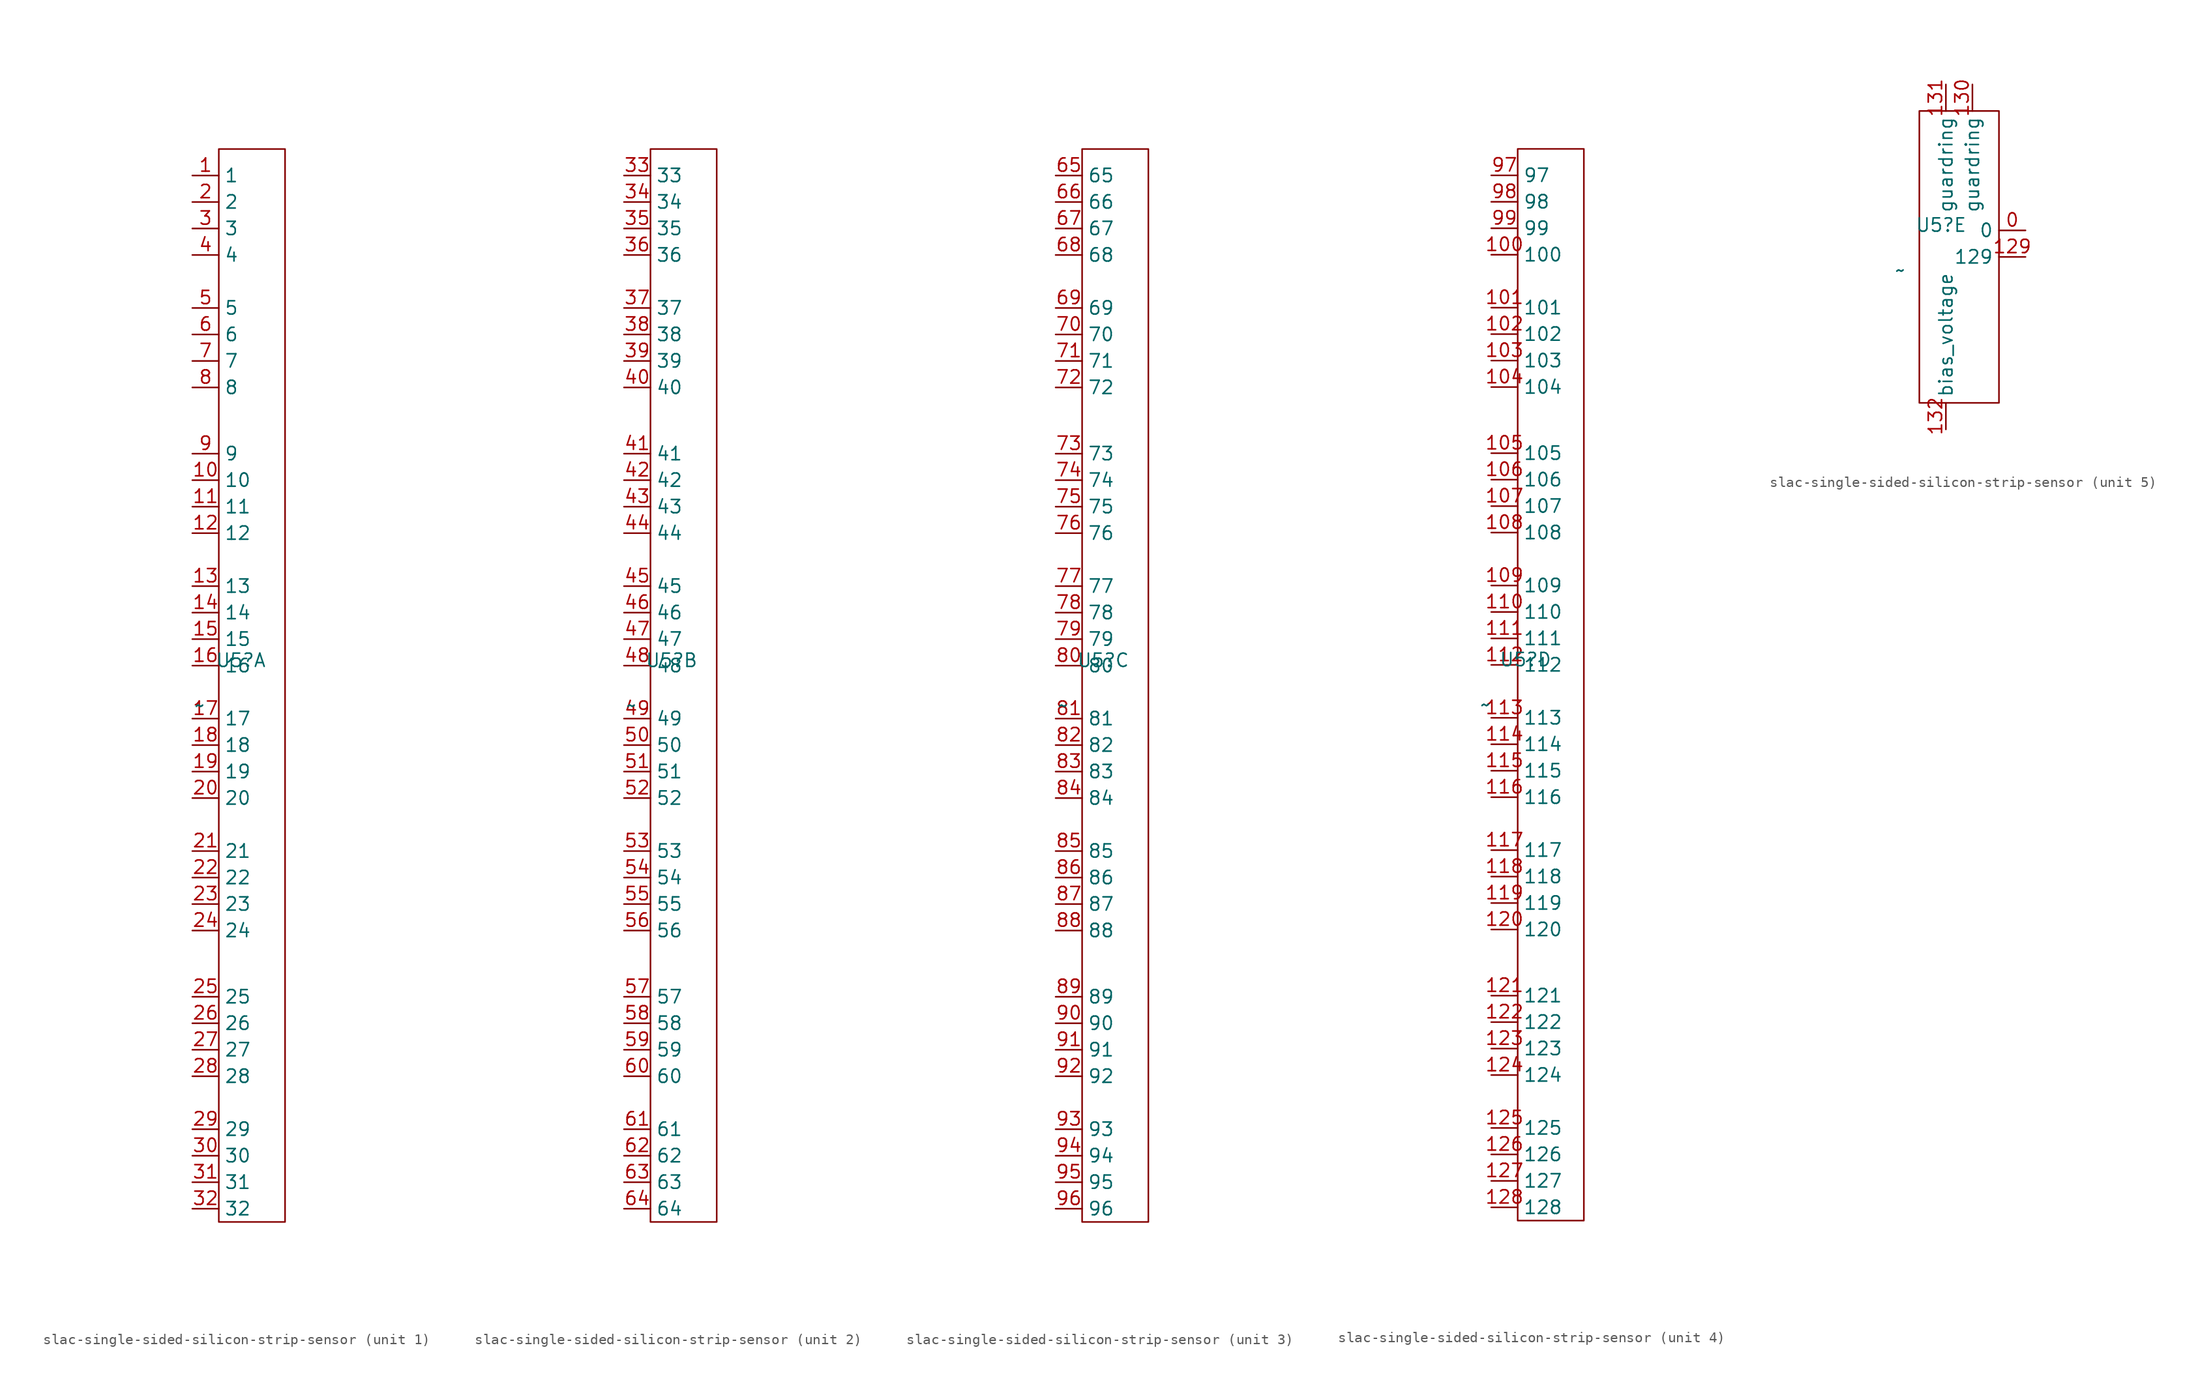
<source format=kicad_sym>
(kicad_symbol_lib
  (version 20241209)
  (generator "kicad_symbol_editor")
  (generator_version "9.0")
  (symbol "slac-single-sided-silicon-strip-sensor"
    (property "Reference" "U5"
      (at 0.762 3.048 0)
      (effects (font (size 1.27 1.27)) (justify right)))
    (property "Value" "~"
      (at -5.08 -1.27 0)
      (effects (font (size 1.27 1.27)) (justify right)))
    (property "ki_locked" ""
      (at 0 0 0)
      (effects (font (size 1.27 1.27))))
    (symbol "slac-single-sided-silicon-strip-sensor_1_1"
      (rectangle (start -3.81 52.07) (end 2.54 -50.8) (stroke (width 0) (type default)) (fill (type none)))
      (pin output line (at -6.35 49.53 0) (length 2.54) (name "1" (effects (font (size 1.27 1.27)))) (number "1" (effects (font (size 1.27 1.27)))))
      (pin output line (at -6.35 46.99 0) (length 2.54) (name "2" (effects (font (size 1.27 1.27)))) (number "2" (effects (font (size 1.27 1.27)))))
      (pin output line (at -6.35 44.45 0) (length 2.54) (name "3" (effects (font (size 1.27 1.27)))) (number "3" (effects (font (size 1.27 1.27)))))
      (pin output line (at -6.35 41.91 0) (length 2.54) (name "4" (effects (font (size 1.27 1.27)))) (number "4" (effects (font (size 1.27 1.27)))))
      (pin output line (at -6.35 36.83 0) (length 2.54) (name "5" (effects (font (size 1.27 1.27)))) (number "5" (effects (font (size 1.27 1.27)))))
      (pin output line (at -6.35 34.29 0) (length 2.54) (name "6" (effects (font (size 1.27 1.27)))) (number "6" (effects (font (size 1.27 1.27)))))
      (pin output line (at -6.35 31.75 0) (length 2.54) (name "7" (effects (font (size 1.27 1.27)))) (number "7" (effects (font (size 1.27 1.27)))))
      (pin output line (at -6.35 29.21 0) (length 2.54) (name "8" (effects (font (size 1.27 1.27)))) (number "8" (effects (font (size 1.27 1.27)))))
      (pin output line (at -6.35 22.86 0) (length 2.54) (name "9" (effects (font (size 1.27 1.27)))) (number "9" (effects (font (size 1.27 1.27)))))
      (pin output line (at -6.35 20.32 0) (length 2.54) (name "10" (effects (font (size 1.27 1.27)))) (number "10" (effects (font (size 1.27 1.27)))))
      (pin output line (at -6.35 17.78 0) (length 2.54) (name "11" (effects (font (size 1.27 1.27)))) (number "11" (effects (font (size 1.27 1.27)))))
      (pin output line (at -6.35 15.24 0) (length 2.54) (name "12" (effects (font (size 1.27 1.27)))) (number "12" (effects (font (size 1.27 1.27)))))
      (pin output line (at -6.35 10.16 0) (length 2.54) (name "13" (effects (font (size 1.27 1.27)))) (number "13" (effects (font (size 1.27 1.27)))))
      (pin output line (at -6.35 7.62 0) (length 2.54) (name "14" (effects (font (size 1.27 1.27)))) (number "14" (effects (font (size 1.27 1.27)))))
      (pin output line (at -6.35 5.08 0) (length 2.54) (name "15" (effects (font (size 1.27 1.27)))) (number "15" (effects (font (size 1.27 1.27)))))
      (pin output line (at -6.35 2.54 0) (length 2.54) (name "16" (effects (font (size 1.27 1.27)))) (number "16" (effects (font (size 1.27 1.27)))))
      (pin output line (at -6.35 -2.54 0) (length 2.54) (name "17" (effects (font (size 1.27 1.27)))) (number "17" (effects (font (size 1.27 1.27)))))
      (pin output line (at -6.35 -5.08 0) (length 2.54) (name "18" (effects (font (size 1.27 1.27)))) (number "18" (effects (font (size 1.27 1.27)))))
      (pin output line (at -6.35 -7.62 0) (length 2.54) (name "19" (effects (font (size 1.27 1.27)))) (number "19" (effects (font (size 1.27 1.27)))))
      (pin output line (at -6.35 -10.16 0) (length 2.54) (name "20" (effects (font (size 1.27 1.27)))) (number "20" (effects (font (size 1.27 1.27)))))
      (pin output line (at -6.35 -15.24 0) (length 2.54) (name "21" (effects (font (size 1.27 1.27)))) (number "21" (effects (font (size 1.27 1.27)))))
      (pin output line (at -6.35 -17.78 0) (length 2.54) (name "22" (effects (font (size 1.27 1.27)))) (number "22" (effects (font (size 1.27 1.27)))))
      (pin output line (at -6.35 -20.32 0) (length 2.54) (name "23" (effects (font (size 1.27 1.27)))) (number "23" (effects (font (size 1.27 1.27)))))
      (pin output line (at -6.35 -22.86 0) (length 2.54) (name "24" (effects (font (size 1.27 1.27)))) (number "24" (effects (font (size 1.27 1.27)))))
      (pin output line (at -6.35 -29.21 0) (length 2.54) (name "25" (effects (font (size 1.27 1.27)))) (number "25" (effects (font (size 1.27 1.27)))))
      (pin output line (at -6.35 -31.75 0) (length 2.54) (name "26" (effects (font (size 1.27 1.27)))) (number "26" (effects (font (size 1.27 1.27)))))
      (pin output line (at -6.35 -34.29 0) (length 2.54) (name "27" (effects (font (size 1.27 1.27)))) (number "27" (effects (font (size 1.27 1.27)))))
      (pin output line (at -6.35 -36.83 0) (length 2.54) (name "28" (effects (font (size 1.27 1.27)))) (number "28" (effects (font (size 1.27 1.27)))))
      (pin output line (at -6.35 -41.91 0) (length 2.54) (name "29" (effects (font (size 1.27 1.27)))) (number "29" (effects (font (size 1.27 1.27)))))
      (pin output line (at -6.35 -44.45 0) (length 2.54) (name "30" (effects (font (size 1.27 1.27)))) (number "30" (effects (font (size 1.27 1.27)))))
      (pin output line (at -6.35 -46.99 0) (length 2.54) (name "31" (effects (font (size 1.27 1.27)))) (number "31" (effects (font (size 1.27 1.27)))))
      (pin output line (at -6.35 -49.53 0) (length 2.54) (name "32" (effects (font (size 1.27 1.27)))) (number "32" (effects (font (size 1.27 1.27))))))
    (symbol "slac-single-sided-silicon-strip-sensor_2_1"
      (rectangle (start -3.81 52.07) (end 2.54 -50.8) (stroke (width 0) (type default)) (fill (type none)))
      (pin output line (at -6.35 49.53 0) (length 2.54) (name "33" (effects (font (size 1.27 1.27)))) (number "33" (effects (font (size 1.27 1.27)))))
      (pin output line (at -6.35 46.99 0) (length 2.54) (name "34" (effects (font (size 1.27 1.27)))) (number "34" (effects (font (size 1.27 1.27)))))
      (pin output line (at -6.35 44.45 0) (length 2.54) (name "35" (effects (font (size 1.27 1.27)))) (number "35" (effects (font (size 1.27 1.27)))))
      (pin output line (at -6.35 41.91 0) (length 2.54) (name "36" (effects (font (size 1.27 1.27)))) (number "36" (effects (font (size 1.27 1.27)))))
      (pin output line (at -6.35 36.83 0) (length 2.54) (name "37" (effects (font (size 1.27 1.27)))) (number "37" (effects (font (size 1.27 1.27)))))
      (pin output line (at -6.35 34.29 0) (length 2.54) (name "38" (effects (font (size 1.27 1.27)))) (number "38" (effects (font (size 1.27 1.27)))))
      (pin output line (at -6.35 31.75 0) (length 2.54) (name "39" (effects (font (size 1.27 1.27)))) (number "39" (effects (font (size 1.27 1.27)))))
      (pin output line (at -6.35 29.21 0) (length 2.54) (name "40" (effects (font (size 1.27 1.27)))) (number "40" (effects (font (size 1.27 1.27)))))
      (pin output line (at -6.35 22.86 0) (length 2.54) (name "41" (effects (font (size 1.27 1.27)))) (number "41" (effects (font (size 1.27 1.27)))))
      (pin output line (at -6.35 20.32 0) (length 2.54) (name "42" (effects (font (size 1.27 1.27)))) (number "42" (effects (font (size 1.27 1.27)))))
      (pin output line (at -6.35 17.78 0) (length 2.54) (name "43" (effects (font (size 1.27 1.27)))) (number "43" (effects (font (size 1.27 1.27)))))
      (pin output line (at -6.35 15.24 0) (length 2.54) (name "44" (effects (font (size 1.27 1.27)))) (number "44" (effects (font (size 1.27 1.27)))))
      (pin output line (at -6.35 10.16 0) (length 2.54) (name "45" (effects (font (size 1.27 1.27)))) (number "45" (effects (font (size 1.27 1.27)))))
      (pin output line (at -6.35 7.62 0) (length 2.54) (name "46" (effects (font (size 1.27 1.27)))) (number "46" (effects (font (size 1.27 1.27)))))
      (pin output line (at -6.35 5.08 0) (length 2.54) (name "47" (effects (font (size 1.27 1.27)))) (number "47" (effects (font (size 1.27 1.27)))))
      (pin output line (at -6.35 2.54 0) (length 2.54) (name "48" (effects (font (size 1.27 1.27)))) (number "48" (effects (font (size 1.27 1.27)))))
      (pin output line (at -6.35 -2.54 0) (length 2.54) (name "49" (effects (font (size 1.27 1.27)))) (number "49" (effects (font (size 1.27 1.27)))))
      (pin output line (at -6.35 -5.08 0) (length 2.54) (name "50" (effects (font (size 1.27 1.27)))) (number "50" (effects (font (size 1.27 1.27)))))
      (pin output line (at -6.35 -7.62 0) (length 2.54) (name "51" (effects (font (size 1.27 1.27)))) (number "51" (effects (font (size 1.27 1.27)))))
      (pin output line (at -6.35 -10.16 0) (length 2.54) (name "52" (effects (font (size 1.27 1.27)))) (number "52" (effects (font (size 1.27 1.27)))))
      (pin output line (at -6.35 -15.24 0) (length 2.54) (name "53" (effects (font (size 1.27 1.27)))) (number "53" (effects (font (size 1.27 1.27)))))
      (pin output line (at -6.35 -17.78 0) (length 2.54) (name "54" (effects (font (size 1.27 1.27)))) (number "54" (effects (font (size 1.27 1.27)))))
      (pin output line (at -6.35 -20.32 0) (length 2.54) (name "55" (effects (font (size 1.27 1.27)))) (number "55" (effects (font (size 1.27 1.27)))))
      (pin output line (at -6.35 -22.86 0) (length 2.54) (name "56" (effects (font (size 1.27 1.27)))) (number "56" (effects (font (size 1.27 1.27)))))
      (pin output line (at -6.35 -29.21 0) (length 2.54) (name "57" (effects (font (size 1.27 1.27)))) (number "57" (effects (font (size 1.27 1.27)))))
      (pin output line (at -6.35 -31.75 0) (length 2.54) (name "58" (effects (font (size 1.27 1.27)))) (number "58" (effects (font (size 1.27 1.27)))))
      (pin output line (at -6.35 -34.29 0) (length 2.54) (name "59" (effects (font (size 1.27 1.27)))) (number "59" (effects (font (size 1.27 1.27)))))
      (pin output line (at -6.35 -36.83 0) (length 2.54) (name "60" (effects (font (size 1.27 1.27)))) (number "60" (effects (font (size 1.27 1.27)))))
      (pin output line (at -6.35 -41.91 0) (length 2.54) (name "61" (effects (font (size 1.27 1.27)))) (number "61" (effects (font (size 1.27 1.27)))))
      (pin output line (at -6.35 -44.45 0) (length 2.54) (name "62" (effects (font (size 1.27 1.27)))) (number "62" (effects (font (size 1.27 1.27)))))
      (pin output line (at -6.35 -46.99 0) (length 2.54) (name "63" (effects (font (size 1.27 1.27)))) (number "63" (effects (font (size 1.27 1.27)))))
      (pin output line (at -6.35 -49.53 0) (length 2.54) (name "64" (effects (font (size 1.27 1.27)))) (number "64" (effects (font (size 1.27 1.27))))))
    (symbol "slac-single-sided-silicon-strip-sensor_3_1"
      (rectangle (start -3.81 52.07) (end 2.54 -50.8) (stroke (width 0) (type default)) (fill (type none)))
      (pin output line (at -6.35 49.53 0) (length 2.54) (name "65" (effects (font (size 1.27 1.27)))) (number "65" (effects (font (size 1.27 1.27)))))
      (pin output line (at -6.35 46.99 0) (length 2.54) (name "66" (effects (font (size 1.27 1.27)))) (number "66" (effects (font (size 1.27 1.27)))))
      (pin output line (at -6.35 44.45 0) (length 2.54) (name "67" (effects (font (size 1.27 1.27)))) (number "67" (effects (font (size 1.27 1.27)))))
      (pin output line (at -6.35 41.91 0) (length 2.54) (name "68" (effects (font (size 1.27 1.27)))) (number "68" (effects (font (size 1.27 1.27)))))
      (pin output line (at -6.35 36.83 0) (length 2.54) (name "69" (effects (font (size 1.27 1.27)))) (number "69" (effects (font (size 1.27 1.27)))))
      (pin output line (at -6.35 34.29 0) (length 2.54) (name "70" (effects (font (size 1.27 1.27)))) (number "70" (effects (font (size 1.27 1.27)))))
      (pin output line (at -6.35 31.75 0) (length 2.54) (name "71" (effects (font (size 1.27 1.27)))) (number "71" (effects (font (size 1.27 1.27)))))
      (pin output line (at -6.35 29.21 0) (length 2.54) (name "72" (effects (font (size 1.27 1.27)))) (number "72" (effects (font (size 1.27 1.27)))))
      (pin output line (at -6.35 22.86 0) (length 2.54) (name "73" (effects (font (size 1.27 1.27)))) (number "73" (effects (font (size 1.27 1.27)))))
      (pin output line (at -6.35 20.32 0) (length 2.54) (name "74" (effects (font (size 1.27 1.27)))) (number "74" (effects (font (size 1.27 1.27)))))
      (pin output line (at -6.35 17.78 0) (length 2.54) (name "75" (effects (font (size 1.27 1.27)))) (number "75" (effects (font (size 1.27 1.27)))))
      (pin output line (at -6.35 15.24 0) (length 2.54) (name "76" (effects (font (size 1.27 1.27)))) (number "76" (effects (font (size 1.27 1.27)))))
      (pin output line (at -6.35 10.16 0) (length 2.54) (name "77" (effects (font (size 1.27 1.27)))) (number "77" (effects (font (size 1.27 1.27)))))
      (pin output line (at -6.35 7.62 0) (length 2.54) (name "78" (effects (font (size 1.27 1.27)))) (number "78" (effects (font (size 1.27 1.27)))))
      (pin output line (at -6.35 5.08 0) (length 2.54) (name "79" (effects (font (size 1.27 1.27)))) (number "79" (effects (font (size 1.27 1.27)))))
      (pin output line (at -6.35 2.54 0) (length 2.54) (name "80" (effects (font (size 1.27 1.27)))) (number "80" (effects (font (size 1.27 1.27)))))
      (pin output line (at -6.35 -2.54 0) (length 2.54) (name "81" (effects (font (size 1.27 1.27)))) (number "81" (effects (font (size 1.27 1.27)))))
      (pin output line (at -6.35 -5.08 0) (length 2.54) (name "82" (effects (font (size 1.27 1.27)))) (number "82" (effects (font (size 1.27 1.27)))))
      (pin output line (at -6.35 -7.62 0) (length 2.54) (name "83" (effects (font (size 1.27 1.27)))) (number "83" (effects (font (size 1.27 1.27)))))
      (pin output line (at -6.35 -10.16 0) (length 2.54) (name "84" (effects (font (size 1.27 1.27)))) (number "84" (effects (font (size 1.27 1.27)))))
      (pin output line (at -6.35 -15.24 0) (length 2.54) (name "85" (effects (font (size 1.27 1.27)))) (number "85" (effects (font (size 1.27 1.27)))))
      (pin output line (at -6.35 -17.78 0) (length 2.54) (name "86" (effects (font (size 1.27 1.27)))) (number "86" (effects (font (size 1.27 1.27)))))
      (pin output line (at -6.35 -20.32 0) (length 2.54) (name "87" (effects (font (size 1.27 1.27)))) (number "87" (effects (font (size 1.27 1.27)))))
      (pin output line (at -6.35 -22.86 0) (length 2.54) (name "88" (effects (font (size 1.27 1.27)))) (number "88" (effects (font (size 1.27 1.27)))))
      (pin output line (at -6.35 -29.21 0) (length 2.54) (name "89" (effects (font (size 1.27 1.27)))) (number "89" (effects (font (size 1.27 1.27)))))
      (pin output line (at -6.35 -31.75 0) (length 2.54) (name "90" (effects (font (size 1.27 1.27)))) (number "90" (effects (font (size 1.27 1.27)))))
      (pin output line (at -6.35 -34.29 0) (length 2.54) (name "91" (effects (font (size 1.27 1.27)))) (number "91" (effects (font (size 1.27 1.27)))))
      (pin output line (at -6.35 -36.83 0) (length 2.54) (name "92" (effects (font (size 1.27 1.27)))) (number "92" (effects (font (size 1.27 1.27)))))
      (pin output line (at -6.35 -41.91 0) (length 2.54) (name "93" (effects (font (size 1.27 1.27)))) (number "93" (effects (font (size 1.27 1.27)))))
      (pin output line (at -6.35 -44.45 0) (length 2.54) (name "94" (effects (font (size 1.27 1.27)))) (number "94" (effects (font (size 1.27 1.27)))))
      (pin output line (at -6.35 -46.99 0) (length 2.54) (name "95" (effects (font (size 1.27 1.27)))) (number "95" (effects (font (size 1.27 1.27)))))
      (pin output line (at -6.35 -49.53 0) (length 2.54) (name "96" (effects (font (size 1.27 1.27)))) (number "96" (effects (font (size 1.27 1.27))))))
    (symbol "slac-single-sided-silicon-strip-sensor_4_1"
      (rectangle (start -2.54 52.07) (end 3.81 -50.8) (stroke (width 0) (type default)) (fill (type none)))
      (pin output line (at -5.08 49.53 0) (length 2.54) (name "97" (effects (font (size 1.27 1.27)))) (number "97" (effects (font (size 1.27 1.27)))))
      (pin output line (at -5.08 46.99 0) (length 2.54) (name "98" (effects (font (size 1.27 1.27)))) (number "98" (effects (font (size 1.27 1.27)))))
      (pin output line (at -5.08 44.45 0) (length 2.54) (name "99" (effects (font (size 1.27 1.27)))) (number "99" (effects (font (size 1.27 1.27)))))
      (pin output line (at -5.08 41.91 0) (length 2.54) (name "100" (effects (font (size 1.27 1.27)))) (number "100" (effects (font (size 1.27 1.27)))))
      (pin output line (at -5.08 36.83 0) (length 2.54) (name "101" (effects (font (size 1.27 1.27)))) (number "101" (effects (font (size 1.27 1.27)))))
      (pin output line (at -5.08 34.29 0) (length 2.54) (name "102" (effects (font (size 1.27 1.27)))) (number "102" (effects (font (size 1.27 1.27)))))
      (pin output line (at -5.08 31.75 0) (length 2.54) (name "103" (effects (font (size 1.27 1.27)))) (number "103" (effects (font (size 1.27 1.27)))))
      (pin output line (at -5.08 29.21 0) (length 2.54) (name "104" (effects (font (size 1.27 1.27)))) (number "104" (effects (font (size 1.27 1.27)))))
      (pin output line (at -5.08 22.86 0) (length 2.54) (name "105" (effects (font (size 1.27 1.27)))) (number "105" (effects (font (size 1.27 1.27)))))
      (pin output line (at -5.08 20.32 0) (length 2.54) (name "106" (effects (font (size 1.27 1.27)))) (number "106" (effects (font (size 1.27 1.27)))))
      (pin output line (at -5.08 17.78 0) (length 2.54) (name "107" (effects (font (size 1.27 1.27)))) (number "107" (effects (font (size 1.27 1.27)))))
      (pin output line (at -5.08 15.24 0) (length 2.54) (name "108" (effects (font (size 1.27 1.27)))) (number "108" (effects (font (size 1.27 1.27)))))
      (pin output line (at -5.08 10.16 0) (length 2.54) (name "109" (effects (font (size 1.27 1.27)))) (number "109" (effects (font (size 1.27 1.27)))))
      (pin output line (at -5.08 7.62 0) (length 2.54) (name "110" (effects (font (size 1.27 1.27)))) (number "110" (effects (font (size 1.27 1.27)))))
      (pin output line (at -5.08 5.08 0) (length 2.54) (name "111" (effects (font (size 1.27 1.27)))) (number "111" (effects (font (size 1.27 1.27)))))
      (pin output line (at -5.08 2.54 0) (length 2.54) (name "112" (effects (font (size 1.27 1.27)))) (number "112" (effects (font (size 1.27 1.27)))))
      (pin output line (at -5.08 -2.54 0) (length 2.54) (name "113" (effects (font (size 1.27 1.27)))) (number "113" (effects (font (size 1.27 1.27)))))
      (pin output line (at -5.08 -5.08 0) (length 2.54) (name "114" (effects (font (size 1.27 1.27)))) (number "114" (effects (font (size 1.27 1.27)))))
      (pin output line (at -5.08 -7.62 0) (length 2.54) (name "115" (effects (font (size 1.27 1.27)))) (number "115" (effects (font (size 1.27 1.27)))))
      (pin output line (at -5.08 -10.16 0) (length 2.54) (name "116" (effects (font (size 1.27 1.27)))) (number "116" (effects (font (size 1.27 1.27)))))
      (pin output line (at -5.08 -15.24 0) (length 2.54) (name "117" (effects (font (size 1.27 1.27)))) (number "117" (effects (font (size 1.27 1.27)))))
      (pin output line (at -5.08 -17.78 0) (length 2.54) (name "118" (effects (font (size 1.27 1.27)))) (number "118" (effects (font (size 1.27 1.27)))))
      (pin output line (at -5.08 -20.32 0) (length 2.54) (name "119" (effects (font (size 1.27 1.27)))) (number "119" (effects (font (size 1.27 1.27)))))
      (pin output line (at -5.08 -22.86 0) (length 2.54) (name "120" (effects (font (size 1.27 1.27)))) (number "120" (effects (font (size 1.27 1.27)))))
      (pin output line (at -5.08 -29.21 0) (length 2.54) (name "121" (effects (font (size 1.27 1.27)))) (number "121" (effects (font (size 1.27 1.27)))))
      (pin output line (at -5.08 -31.75 0) (length 2.54) (name "122" (effects (font (size 1.27 1.27)))) (number "122" (effects (font (size 1.27 1.27)))))
      (pin output line (at -5.08 -34.29 0) (length 2.54) (name "123" (effects (font (size 1.27 1.27)))) (number "123" (effects (font (size 1.27 1.27)))))
      (pin output line (at -5.08 -36.83 0) (length 2.54) (name "124" (effects (font (size 1.27 1.27)))) (number "124" (effects (font (size 1.27 1.27)))))
      (pin output line (at -5.08 -41.91 0) (length 2.54) (name "125" (effects (font (size 1.27 1.27)))) (number "125" (effects (font (size 1.27 1.27)))))
      (pin output line (at -5.08 -44.45 0) (length 2.54) (name "126" (effects (font (size 1.27 1.27)))) (number "126" (effects (font (size 1.27 1.27)))))
      (pin output line (at -5.08 -46.99 0) (length 2.54) (name "127" (effects (font (size 1.27 1.27)))) (number "127" (effects (font (size 1.27 1.27)))))
      (pin output line (at -5.08 -49.53 0) (length 2.54) (name "128" (effects (font (size 1.27 1.27)))) (number "128" (effects (font (size 1.27 1.27))))))
    (symbol "slac-single-sided-silicon-strip-sensor_5_1"
      (rectangle (start -3.81 13.97) (end 3.81 -13.97) (stroke (width 0) (type default)) (fill (type none)))
      (pin output line (at -1.27 16.51 270) (length 2.54) (name "guardring" (effects (font (size 1.27 1.27)))) (number "131" (effects (font (size 1.27 1.27)))))
      (pin output line (at -1.27 -16.51 90) (length 2.54) (name "bias_voltage" (effects (font (size 1.27 1.27)))) (number "132" (effects (font (size 1.27 1.27)))))
      (pin output line (at 1.27 16.51 270) (length 2.54) (name "guardring" (effects (font (size 1.27 1.27)))) (number "130" (effects (font (size 1.27 1.27)))))
      (pin output line (at 6.35 2.54 180) (length 2.54) (name "0" (effects (font (size 1.27 1.27)))) (number "0" (effects (font (size 1.27 1.27)))))
      (pin output line (at 6.35 0 180) (length 2.54) (name "129" (effects (font (size 1.27 1.27)))) (number "129" (effects (font (size 1.27 1.27))))))))
</source>
